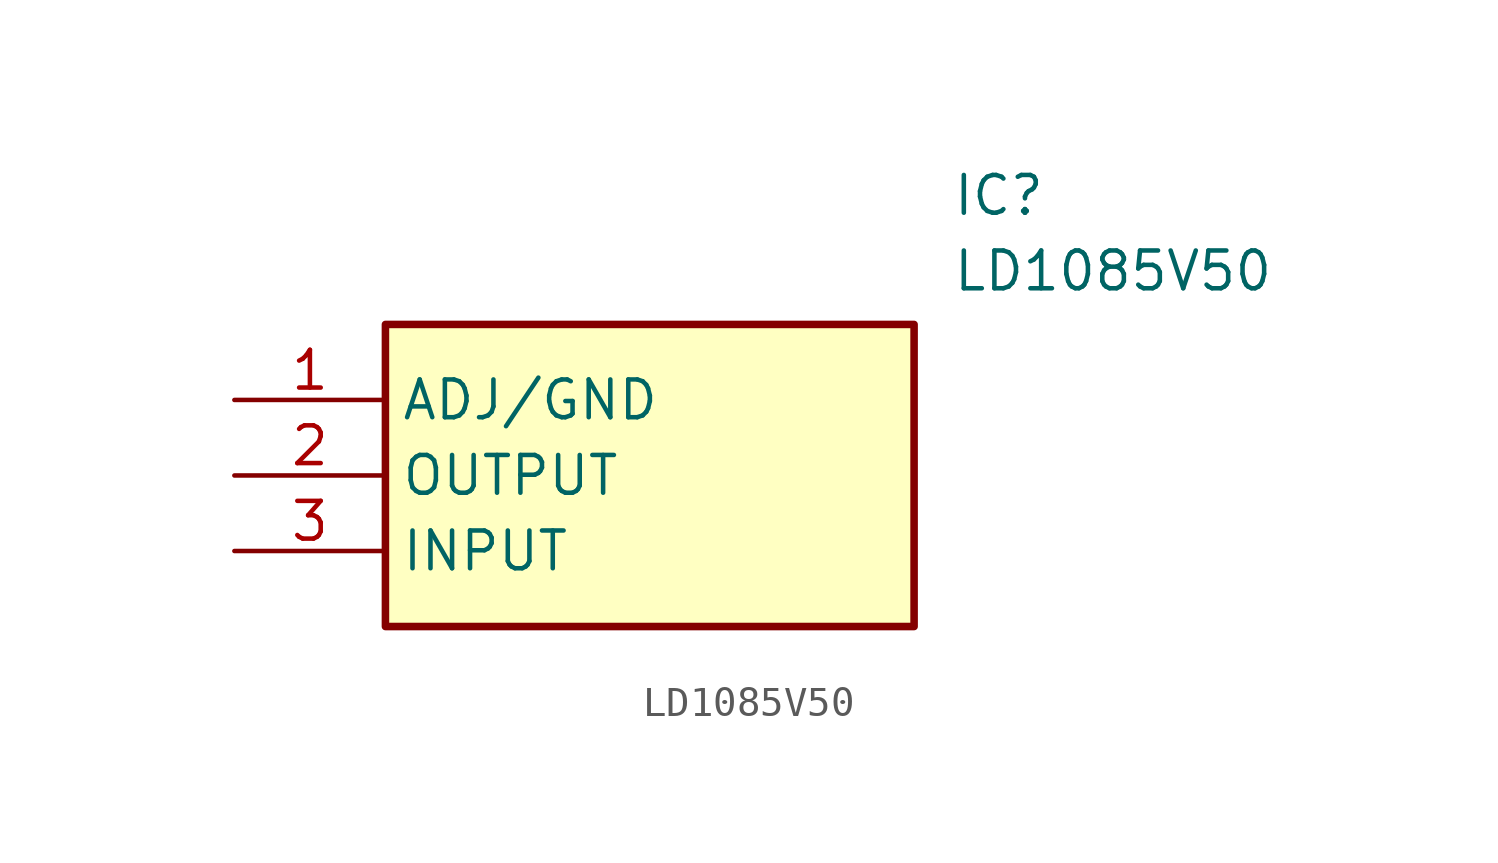
<source format=kicad_sym>
(kicad_symbol_lib
  (version 20211014)
  (generator SamacSys_ECAD_Model)
  (symbol "LD1085V50"
    (property "Reference" "IC"
      (at 24.13 7.62 0)
      (effects (font (size 1.27 1.27)) (justify left top)))
    (property "Value" "LD1085V50"
      (at 24.13 5.08 0)
      (effects (font (size 1.27 1.27)) (justify left top)))
    (rectangle
      (start 5.08 2.54)
      (end 22.86 -7.62)
      (stroke (width 0.254) (type default))
      (fill (type background)))
    (pin passive line
      (at 0 0 0)
      (length 5.08)
      (name "ADJ/GND" (effects (font (size 1.27 1.27))))
      (number "1" (effects (font (size 1.27 1.27)))))
    (pin passive line
      (at 0 -2.54 0)
      (length 5.08)
      (name "OUTPUT" (effects (font (size 1.27 1.27))))
      (number "2" (effects (font (size 1.27 1.27)))))
    (pin passive line
      (at 0 -5.08 0)
      (length 5.08)
      (name "INPUT" (effects (font (size 1.27 1.27))))
      (number "3" (effects (font (size 1.27 1.27)))))))
</source>
